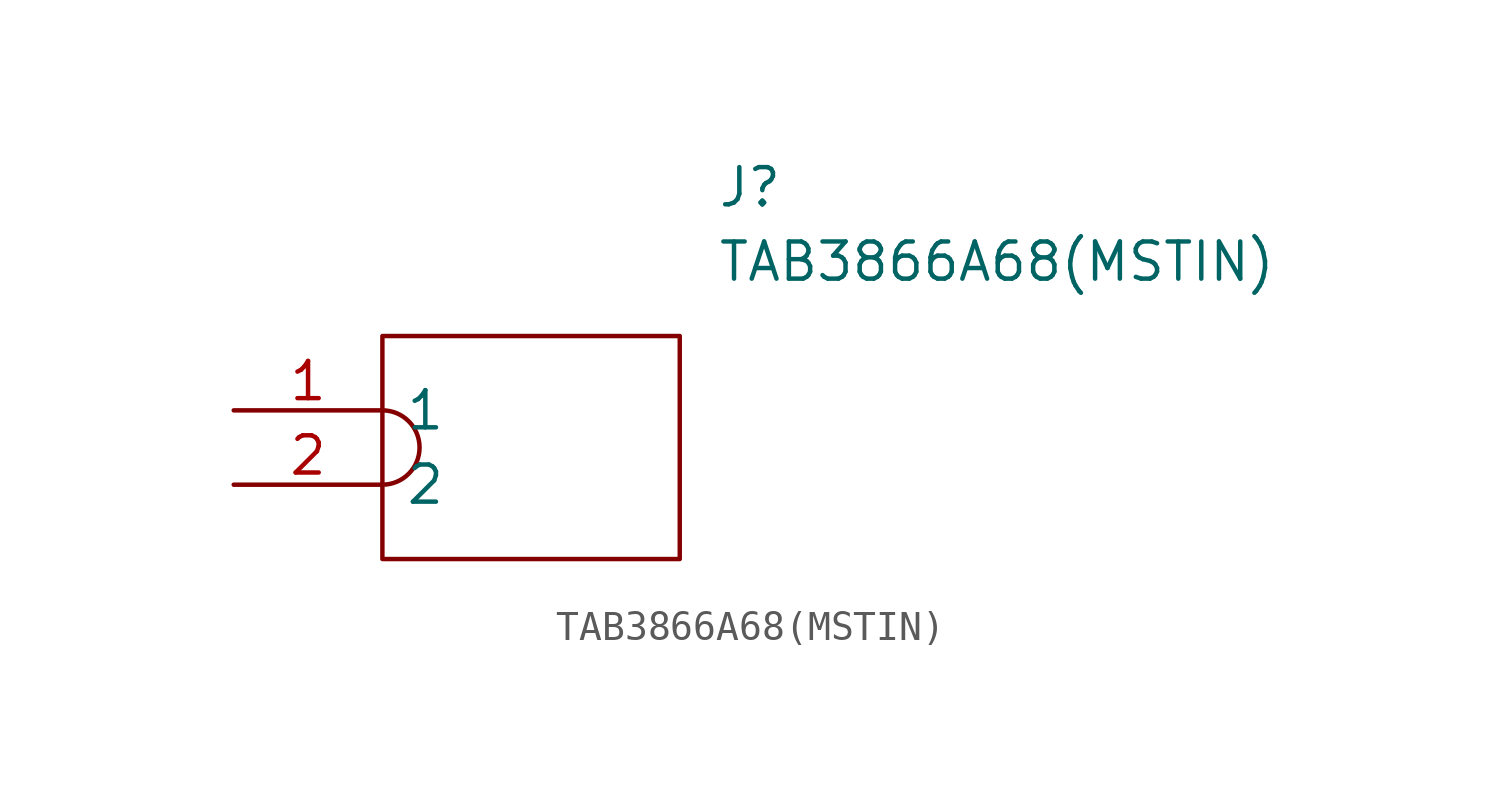
<source format=kicad_sym>
(kicad_symbol_lib
  (version 20211014)
  (generator kicad_symbol_editor)
  (symbol "TAB3866A68(MSTIN)"
    (pin_names
      (offset 0.762))
    (property "Reference" "J"
      (at 16.51 7.62 0)
      (effects (font (size 1.27 1.27)) (justify left)))
    (property "Value" "TAB3866A68(MSTIN)"
      (at 16.51 5.08 0)
      (effects (font (size 1.27 1.27)) (justify left)))
    (symbol "TAB3866A68(MSTIN)_0_0"
      (pin unspecified line (at 0 0 0) (length 5.08) (name "1" (effects (font (size 1.27 1.27)))) (number "1" (effects (font (size 1.27 1.27)))))
      (pin unspecified line (at 0 -2.54 0) (length 5.08) (name "2" (effects (font (size 1.27 1.27)))) (number "2" (effects (font (size 1.27 1.27))))))
    (symbol "TAB3866A68(MSTIN)_0_1"
      (polyline (pts (xy 5.08 2.54) (xy 15.24 2.54) (xy 15.24 -5.08) (xy 5.08 -5.08) (xy 5.08 2.54)) (stroke (width 0.152) (type default) (color 0 0 0 0)) (fill (type none)))
      (arc (start 5.08 -2.54) (mid 6.35 -1.27) (end 5.08 0) (stroke (width 0) (type default) (color 0 0 0 0)) (fill (type none))))))
</source>
